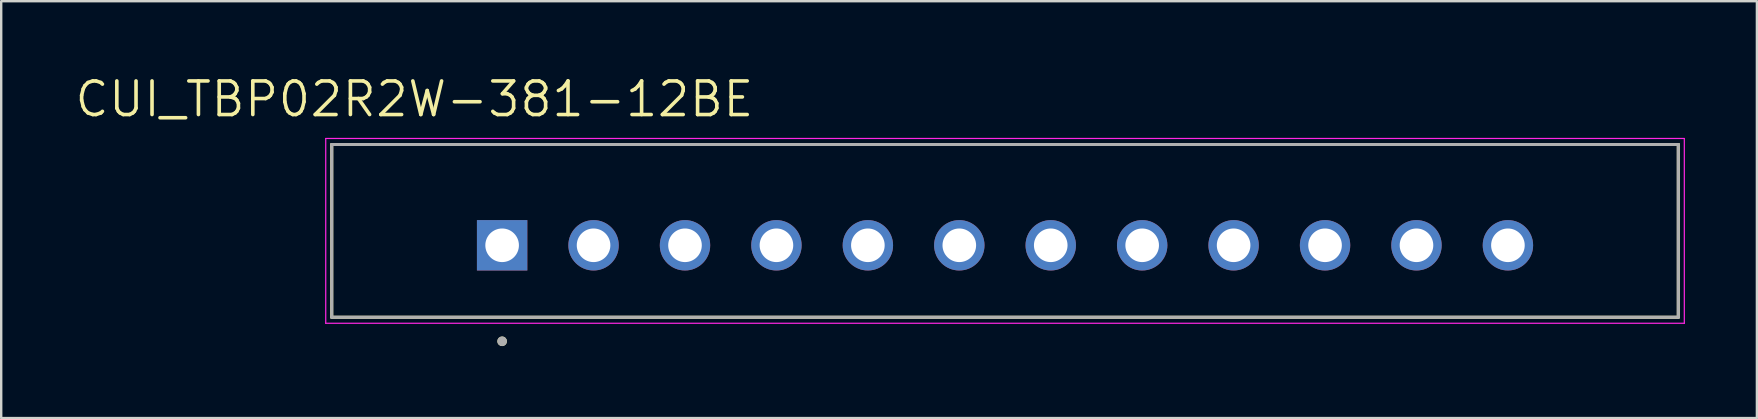
<source format=kicad_pcb>
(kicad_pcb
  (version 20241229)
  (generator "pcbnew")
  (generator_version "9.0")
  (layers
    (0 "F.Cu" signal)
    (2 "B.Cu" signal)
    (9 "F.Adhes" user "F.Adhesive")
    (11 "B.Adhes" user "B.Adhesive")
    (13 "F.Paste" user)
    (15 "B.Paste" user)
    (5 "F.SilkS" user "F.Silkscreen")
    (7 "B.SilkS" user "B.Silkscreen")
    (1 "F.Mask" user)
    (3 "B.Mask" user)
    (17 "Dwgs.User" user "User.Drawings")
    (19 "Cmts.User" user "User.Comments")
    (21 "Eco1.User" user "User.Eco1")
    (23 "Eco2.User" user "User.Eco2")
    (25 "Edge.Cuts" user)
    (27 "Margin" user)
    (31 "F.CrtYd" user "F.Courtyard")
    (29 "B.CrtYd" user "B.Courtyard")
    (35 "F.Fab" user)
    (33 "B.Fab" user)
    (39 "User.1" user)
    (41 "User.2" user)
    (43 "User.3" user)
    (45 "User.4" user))
  (footprint "CUI_TBP02R2W-381-12BE"
    (layer "F.Cu")
    (at 17.873 7.171)
    (property "Reference" "CUI_TBP02R2W-381-12BE" (at -3.655 -6.089 0) (layer "F.SilkS") (effects (font (size 1.4 1.4) (thickness 0.15))))
    (attr through_hole)
    (fp_line (start -7.1 -4.2) (end 49.01 -4.2) (stroke (width 0.127) (type solid)) (layer "F.SilkS"))
    (fp_line (start -7.1 3) (end -7.1 -4.2) (stroke (width 0.127) (type solid)) (layer "F.SilkS"))
    (fp_line (start 49.01 -4.2) (end 49.01 3) (stroke (width 0.127) (type solid)) (layer "F.SilkS"))
    (fp_line (start 49.01 3) (end -7.1 3) (stroke (width 0.127) (type solid)) (layer "F.SilkS"))
    (fp_circle (center 0 4) (end 0.1 4) (stroke (width 0.2) (type solid)) (fill no) (layer "F.SilkS"))
    (fp_line (start -7.35 -4.45) (end 49.26 -4.45) (stroke (width 0.05) (type solid)) (layer "F.CrtYd"))
    (fp_line (start -7.35 3.25) (end -7.35 -4.45) (stroke (width 0.05) (type solid)) (layer "F.CrtYd"))
    (fp_line (start 49.26 -4.45) (end 49.26 3.25) (stroke (width 0.05) (type solid)) (layer "F.CrtYd"))
    (fp_line (start 49.26 3.25) (end -7.35 3.25) (stroke (width 0.05) (type solid)) (layer "F.CrtYd"))
    (fp_line (start -7.1 -4.2) (end 49.01 -4.2) (stroke (width 0.127) (type solid)) (layer "F.Fab"))
    (fp_line (start -7.1 3) (end -7.1 -4.2) (stroke (width 0.127) (type solid)) (layer "F.Fab"))
    (fp_line (start 49.01 -4.2) (end 49.01 3) (stroke (width 0.127) (type solid)) (layer "F.Fab"))
    (fp_line (start 49.01 3) (end -7.1 3) (stroke (width 0.127) (type solid)) (layer "F.Fab"))
    (fp_circle (center 0 4) (end 0.1 4) (stroke (width 0.2) (type solid)) (fill no) (layer "F.Fab"))
    (pad "1" thru_hole rect (at 0 0) (size 2.1 2.1) (drill 1.4) (layers "*.Cu" "*.Mask"))
    (pad "2" thru_hole circle (at 3.81 0) (size 2.1 2.1) (drill 1.4) (layers "*.Cu" "*.Mask"))
    (pad "3" thru_hole circle (at 7.62 0) (size 2.1 2.1) (drill 1.4) (layers "*.Cu" "*.Mask"))
    (pad "4" thru_hole circle (at 11.43 0) (size 2.1 2.1) (drill 1.4) (layers "*.Cu" "*.Mask"))
    (pad "5" thru_hole circle (at 15.24 0) (size 2.1 2.1) (drill 1.4) (layers "*.Cu" "*.Mask"))
    (pad "6" thru_hole circle (at 19.05 0) (size 2.1 2.1) (drill 1.4) (layers "*.Cu" "*.Mask"))
    (pad "7" thru_hole circle (at 22.86 0) (size 2.1 2.1) (drill 1.4) (layers "*.Cu" "*.Mask"))
    (pad "8" thru_hole circle (at 26.67 0) (size 2.1 2.1) (drill 1.4) (layers "*.Cu" "*.Mask"))
    (pad "9" thru_hole circle (at 30.48 0) (size 2.1 2.1) (drill 1.4) (layers "*.Cu" "*.Mask"))
    (pad "10" thru_hole circle (at 34.29 0) (size 2.1 2.1) (drill 1.4) (layers "*.Cu" "*.Mask"))
    (pad "11" thru_hole circle (at 38.1 0) (size 2.1 2.1) (drill 1.4) (layers "*.Cu" "*.Mask"))
    (pad "12" thru_hole circle (at 41.91 0) (size 2.1 2.1) (drill 1.4) (layers "*.Cu" "*.Mask")))
  (gr_rect
    (start -3 -3)
    (end 70.158 14.371)
    (stroke (width 0.1) (type default))
    (fill no)
    (layer "Edge.Cuts")))
</source>
